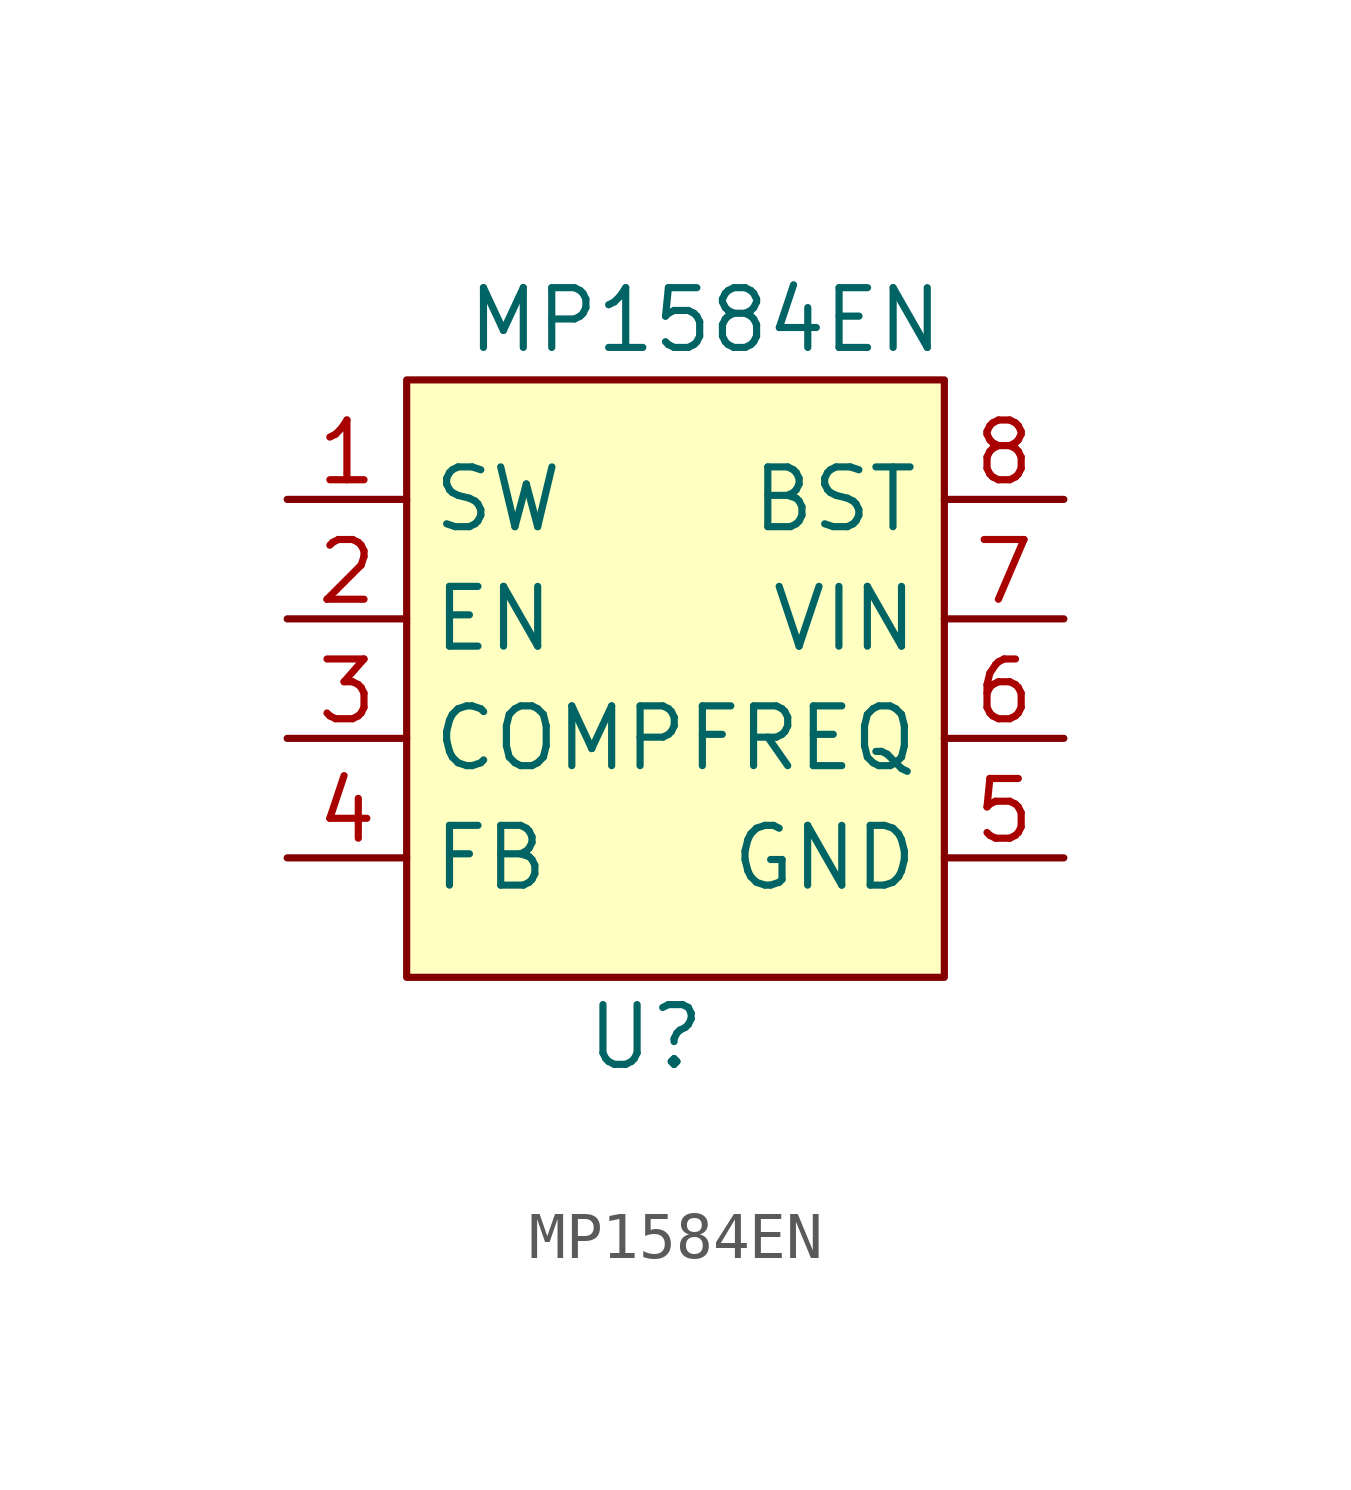
<source format=kicad_sym>
(kicad_symbol_lib
  (version 20211014)
  (generator kicad_symbol_editor)
  (symbol "MP1584EN"
    (property "Reference" "U"
      (at 5.08 -13.97 0)
      (effects (font (size 1.27 1.27))))
    (property "Value" "MP1584EN"
      (at 6.35 1.27 0)
      (effects (font (size 1.27 1.27))))
    (symbol "MP1584EN_0_1"
      (rectangle (start 0 0) (end 11.43 -12.7) (stroke (width 0) (type default) (color 0 0 0 0)) (fill (type background))))
    (symbol "MP1584EN_1_1"
      (pin input line (at -2.54 -2.54 0) (length 2.54) (name "SW" (effects (font (size 1.27 1.27)))) (number "1" (effects (font (size 1.27 1.27)))))
      (pin input line (at -2.54 -5.08 0) (length 2.54) (name "EN" (effects (font (size 1.27 1.27)))) (number "2" (effects (font (size 1.27 1.27)))))
      (pin input line (at -2.54 -7.62 0) (length 2.54) (name "COMP" (effects (font (size 1.27 1.27)))) (number "3" (effects (font (size 1.27 1.27)))))
      (pin output line (at -2.54 -10.16 0) (length 2.54) (name "FB" (effects (font (size 1.27 1.27)))) (number "4" (effects (font (size 1.27 1.27)))))
      (pin output line (at 13.97 -10.16 180) (length 2.54) (name "GND" (effects (font (size 1.27 1.27)))) (number "5" (effects (font (size 1.27 1.27)))))
      (pin input line (at 13.97 -7.62 180) (length 2.54) (name "FREQ" (effects (font (size 1.27 1.27)))) (number "6" (effects (font (size 1.27 1.27)))))
      (pin input line (at 13.97 -5.08 180) (length 2.54) (name "VIN" (effects (font (size 1.27 1.27)))) (number "7" (effects (font (size 1.27 1.27)))))
      (pin input line (at 13.97 -2.54 180) (length 2.54) (name "BST" (effects (font (size 1.27 1.27)))) (number "8" (effects (font (size 1.27 1.27)))))
      (pin power_out line (at 5.08 -15.24 90) (length 2.54) hide (name "GND" (effects (font (size 1.27 1.27)))) (number "9" (effects (font (size 1.27 1.27))))))))
</source>
